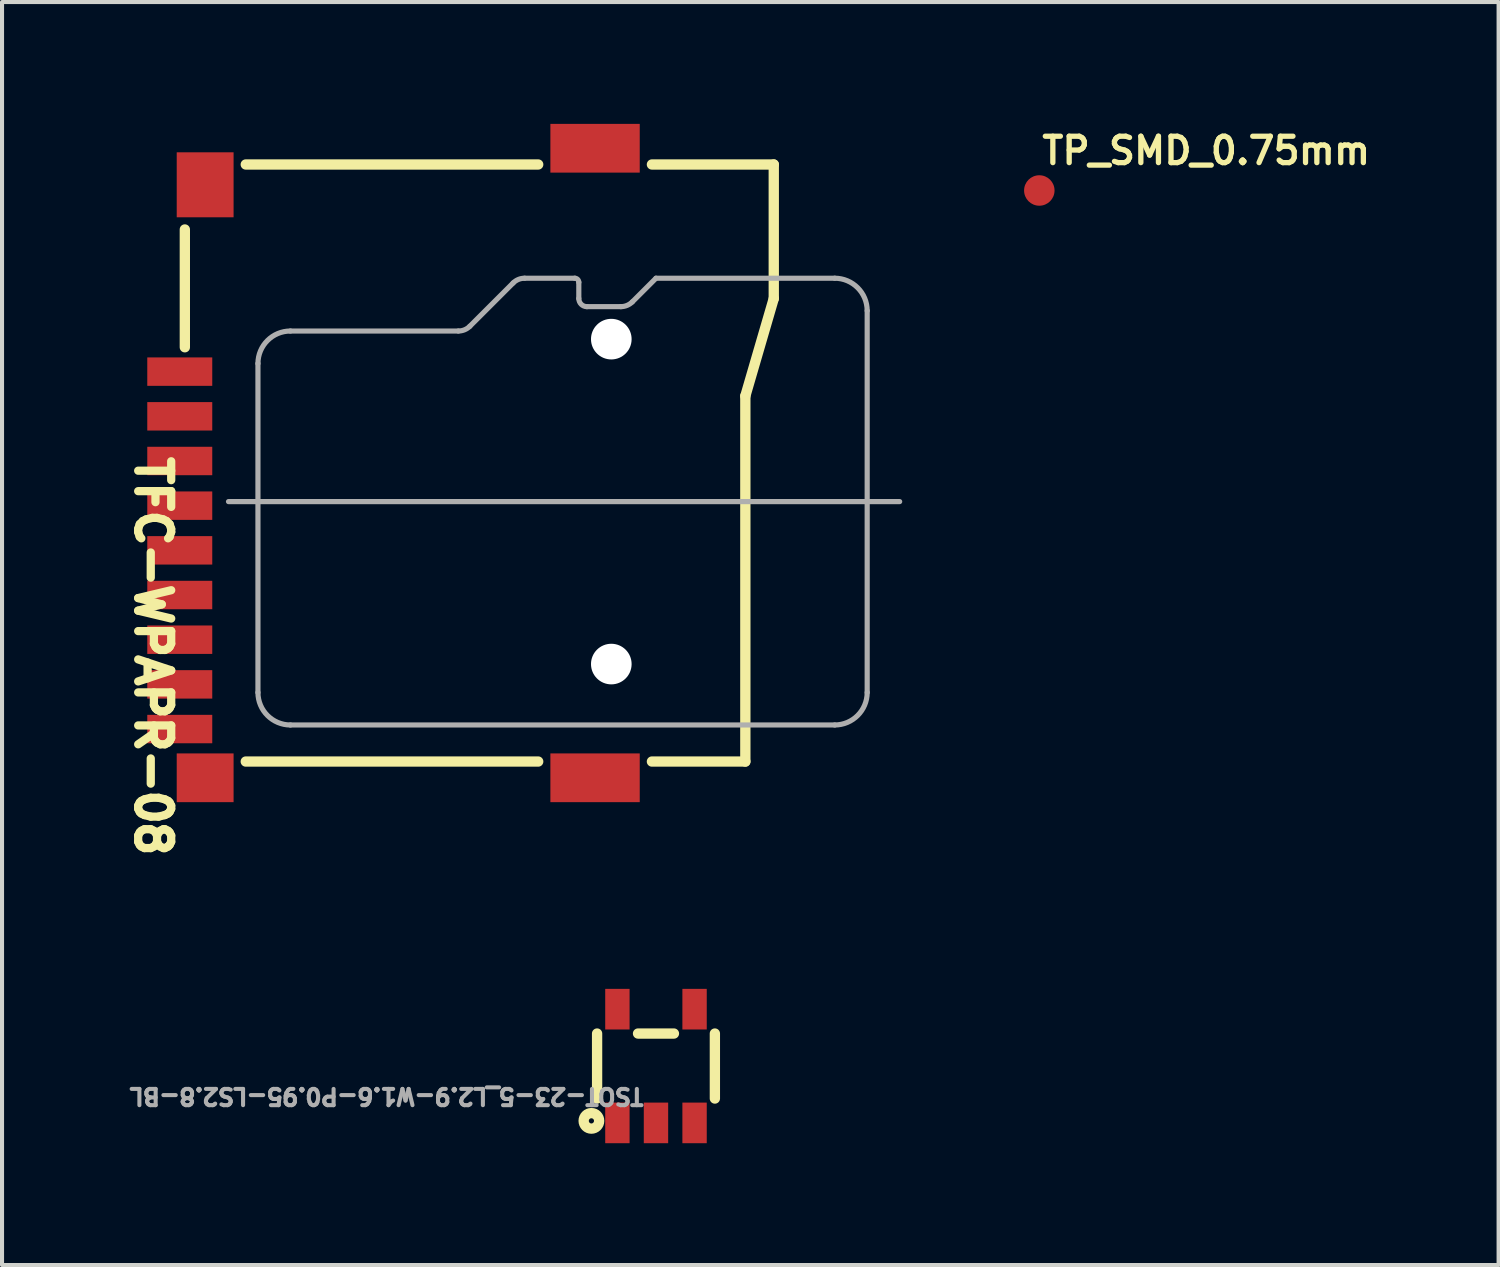
<source format=kicad_pcb>
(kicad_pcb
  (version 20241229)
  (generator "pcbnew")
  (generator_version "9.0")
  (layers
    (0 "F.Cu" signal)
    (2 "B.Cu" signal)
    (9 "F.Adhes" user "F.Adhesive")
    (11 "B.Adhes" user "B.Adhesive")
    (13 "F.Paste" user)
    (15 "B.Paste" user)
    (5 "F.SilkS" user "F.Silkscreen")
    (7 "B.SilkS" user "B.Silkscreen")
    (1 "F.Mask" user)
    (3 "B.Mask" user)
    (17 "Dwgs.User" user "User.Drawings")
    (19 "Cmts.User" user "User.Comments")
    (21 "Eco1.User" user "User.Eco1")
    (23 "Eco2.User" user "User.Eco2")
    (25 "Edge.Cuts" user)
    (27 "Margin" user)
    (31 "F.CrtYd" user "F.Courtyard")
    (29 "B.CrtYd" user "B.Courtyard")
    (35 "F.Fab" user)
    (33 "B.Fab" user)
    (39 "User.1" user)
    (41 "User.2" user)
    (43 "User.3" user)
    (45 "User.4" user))
  (footprint "TSOT-23-5_L2.9-W1.6-P0.95-LS2.8-BL"
    (layer "F.Cu")
    (at 13.101 23.197)
    (property "Reference" "TSOT-23-5_L2.9-W1.6-P0.95-LS2.8-BL" (at -0.253 0.509 180) (unlocked yes) (layer "F.Fab") (effects (font (size 0.4 0.4) (thickness 0.1)) (justify left bottom)))
    (fp_line (start -1.45 0.8) (end -1.45 -0.8) (stroke (width 0.254) (type default)) (layer "F.SilkS"))
    (fp_line (start 0.442 -0.8) (end -0.442 -0.8) (stroke (width 0.254) (type default)) (layer "F.SilkS"))
    (fp_line (start 1.45 0.8) (end 1.45 -0.8) (stroke (width 0.254) (type default)) (layer "F.SilkS"))
    (fp_circle (center -1.59 1.35) (end -1.654 1.35) (stroke (width 0.254) (type default)) (fill no) (layer "F.SilkS"))
    (pad "1" smd rect (at -0.95 1.4 270) (size 1 0.6) (layers "F.Cu" "F.Mask" "F.Paste"))
    (pad "2" smd rect (at 0 1.4 270) (size 1 0.6) (layers "F.Cu" "F.Mask" "F.Paste"))
    (pad "3" smd rect (at 0.95 1.4 270) (size 1 0.6) (layers "F.Cu" "F.Mask" "F.Paste"))
    (pad "4" smd rect (at 0.95 -1.4 90) (size 1 0.6) (layers "F.Cu" "F.Mask" "F.Paste"))
    (pad "5" smd rect (at -0.95 -1.4 90) (size 1 0.6) (layers "F.Cu" "F.Mask" "F.Paste")))
  (footprint "TP_SMD_0.75mm"
    (layer "F.Cu")
    (at 22.539 1.64)
    (property "Reference" "TP_SMD_0.75mm" (at 0 -0.6 180) (layer "F.SilkS") (effects (font (size 0.65 0.65) (thickness 0.13)) (justify left bottom)))
    (attr exclude_from_pos_files)
    (pad "1" smd circle (at 0 0 180) (size 0.75 0.75) (layers "F.Cu" "F.Mask")))
  (footprint "TFC-WPAPR-08"
    (layer "F.Cu")
    (at 8.751 8.35)
    (property "Reference" "TFC-WPAPR-08" (at -8.509 -0.254 270) (unlocked yes) (layer "F.SilkS") (effects (font (size 0.813 0.813) (thickness 0.203)) (justify left bottom)))
    (fp_line (start -7.25 -2.85) (end -7.25 -5.75) (stroke (width 0.254) (type solid)) (layer "F.SilkS"))
    (fp_line (start -5.75 -7.35) (end 1.45 -7.35) (stroke (width 0.254) (type solid)) (layer "F.SilkS"))
    (fp_line (start -5.75 7.35) (end 1.45 7.35) (stroke (width 0.254) (type solid)) (layer "F.SilkS"))
    (fp_line (start 4.25 -7.35) (end 7.25 -7.35) (stroke (width 0.254) (type solid)) (layer "F.SilkS"))
    (fp_line (start 4.25 7.35) (end 6.55 7.35) (stroke (width 0.254) (type solid)) (layer "F.SilkS"))
    (fp_line (start 6.55 -1.65) (end 6.55 7.35) (stroke (width 0.254) (type solid)) (layer "F.SilkS"))
    (fp_line (start 7.25 -7.35) (end 7.25 -4.05) (stroke (width 0.254) (type solid)) (layer "F.SilkS"))
    (fp_line (start 7.25 -4.05) (end 6.55 -1.65) (stroke (width 0.254) (type solid)) (layer "F.SilkS"))
    (fp_line (start -6.175 0.95) (end 10.35 0.95) (stroke (width 0.127) (type solid)) (layer "F.Fab"))
    (fp_line (start -5.45 5.65) (end -5.45 -2.45) (stroke (width 0.127) (type solid)) (layer "F.Fab"))
    (fp_line (start -4.65 -3.25) (end -0.516 -3.25) (stroke (width 0.127) (type solid)) (layer "F.Fab"))
    (fp_line (start -0.233 -3.367) (end 0.833 -4.433) (stroke (width 0.127) (type solid)) (layer "F.Fab"))
    (fp_line (start 1.116 -4.55) (end 2.35 -4.55) (stroke (width 0.127) (type solid)) (layer "F.Fab"))
    (fp_line (start 2.45 -4.45) (end 2.45 -4.05) (stroke (width 0.127) (type solid)) (layer "F.Fab"))
    (fp_line (start 2.65 -3.85) (end 3.484 -3.85) (stroke (width 0.127) (type solid)) (layer "F.Fab"))
    (fp_line (start 3.767 -3.967) (end 4.35 -4.55) (stroke (width 0.127) (type solid)) (layer "F.Fab"))
    (fp_line (start 4.35 -4.55) (end 8.75 -4.55) (stroke (width 0.127) (type solid)) (layer "F.Fab"))
    (fp_line (start 8.75 6.45) (end -4.65 6.45) (stroke (width 0.127) (type solid)) (layer "F.Fab"))
    (fp_line (start 9.55 -3.75) (end 9.55 5.65) (stroke (width 0.127) (type solid)) (layer "F.Fab"))
    (fp_arc (start -5.45 -2.45) (mid -5.215685 -3.015685) (end -4.65 -3.25) (stroke (width 0.127) (type solid)) (layer "F.Fab"))
    (fp_arc (start -4.65 6.45) (mid -5.215685 6.215685) (end -5.45 5.65) (stroke (width 0.127) (type solid)) (layer "F.Fab"))
    (fp_arc (start -0.2328 -3.367199) (mid -0.362578 -3.280426) (end -0.5157 -3.25) (stroke (width 0.127) (type solid)) (layer "F.Fab"))
    (fp_arc (start 0.8328 -4.4328) (mid 0.962595 -4.519531) (end 1.1157 -4.549999) (stroke (width 0.127) (type solid)) (layer "F.Fab"))
    (fp_arc (start 2.35 -4.55) (mid 2.420711 -4.520711) (end 2.45 -4.45) (stroke (width 0.127) (type solid)) (layer "F.Fab"))
    (fp_arc (start 2.65 -3.85) (mid 2.508579 -3.908579) (end 2.45 -4.05) (stroke (width 0.127) (type solid)) (layer "F.Fab"))
    (fp_arc (start 3.767199 -3.9672) (mid 3.637409 -3.880464) (end 3.4843 -3.85) (stroke (width 0.127) (type solid)) (layer "F.Fab"))
    (fp_arc (start 8.75 -4.55) (mid 9.315685 -4.315685) (end 9.55 -3.75) (stroke (width 0.127) (type solid)) (layer "F.Fab"))
    (fp_arc (start 9.55 5.65) (mid 9.315685 6.215685) (end 8.75 6.45) (stroke (width 0.127) (type solid)) (layer "F.Fab"))
    (pad "" np_thru_hole circle (at 3.25 -3.05 180) (size 1 1) (drill 1) (layers "*.Cu" "*.Mask"))
    (pad "" np_thru_hole circle (at 3.25 4.95 180) (size 1 1) (drill 1) (layers "*.Cu" "*.Mask"))
    (pad "1" smd rect (at -7.375 -2.25 90) (size 0.7 1.6) (layers "F.Cu" "F.Mask" "F.Paste"))
    (pad "2" smd rect (at -7.375 -1.15 90) (size 0.7 1.6) (layers "F.Cu" "F.Mask" "F.Paste"))
    (pad "3" smd rect (at -7.375 -0.05 90) (size 0.7 1.6) (layers "F.Cu" "F.Mask" "F.Paste"))
    (pad "4" smd rect (at -7.375 1.05 90) (size 0.7 1.6) (layers "F.Cu" "F.Mask" "F.Paste"))
    (pad "5" smd rect (at -7.375 2.15 90) (size 0.7 1.6) (layers "F.Cu" "F.Mask" "F.Paste"))
    (pad "6" smd rect (at -7.375 3.25 90) (size 0.7 1.6) (layers "F.Cu" "F.Mask" "F.Paste"))
    (pad "7" smd rect (at -7.375 4.35 90) (size 0.7 1.6) (layers "F.Cu" "F.Mask" "F.Paste"))
    (pad "8" smd rect (at -7.375 5.45 90) (size 0.7 1.6) (layers "F.Cu" "F.Mask" "F.Paste"))
    (pad "9" smd rect (at -7.375 6.55 90) (size 0.7 1.6) (layers "F.Cu" "F.Mask" "F.Paste"))
    (pad "10" smd rect (at -6.75 7.75 90) (size 1.2 1.4) (layers "F.Cu" "F.Mask" "F.Paste"))
    (pad "11" smd rect (at -6.75 -6.85 90) (size 1.6 1.4) (layers "F.Cu" "F.Mask" "F.Paste"))
    (pad "12" smd rect (at 2.85 7.75 90) (size 1.2 2.2) (layers "F.Cu" "F.Mask" "F.Paste"))
    (pad "13" smd rect (at 2.85 -7.75 90) (size 1.2 2.2) (layers "F.Cu" "F.Mask" "F.Paste")))
  (gr_rect
    (start -3 -3)
    (end 33.847 28.097)
    (stroke (width 0.1) (type default))
    (fill no)
    (layer "Edge.Cuts")))
</source>
